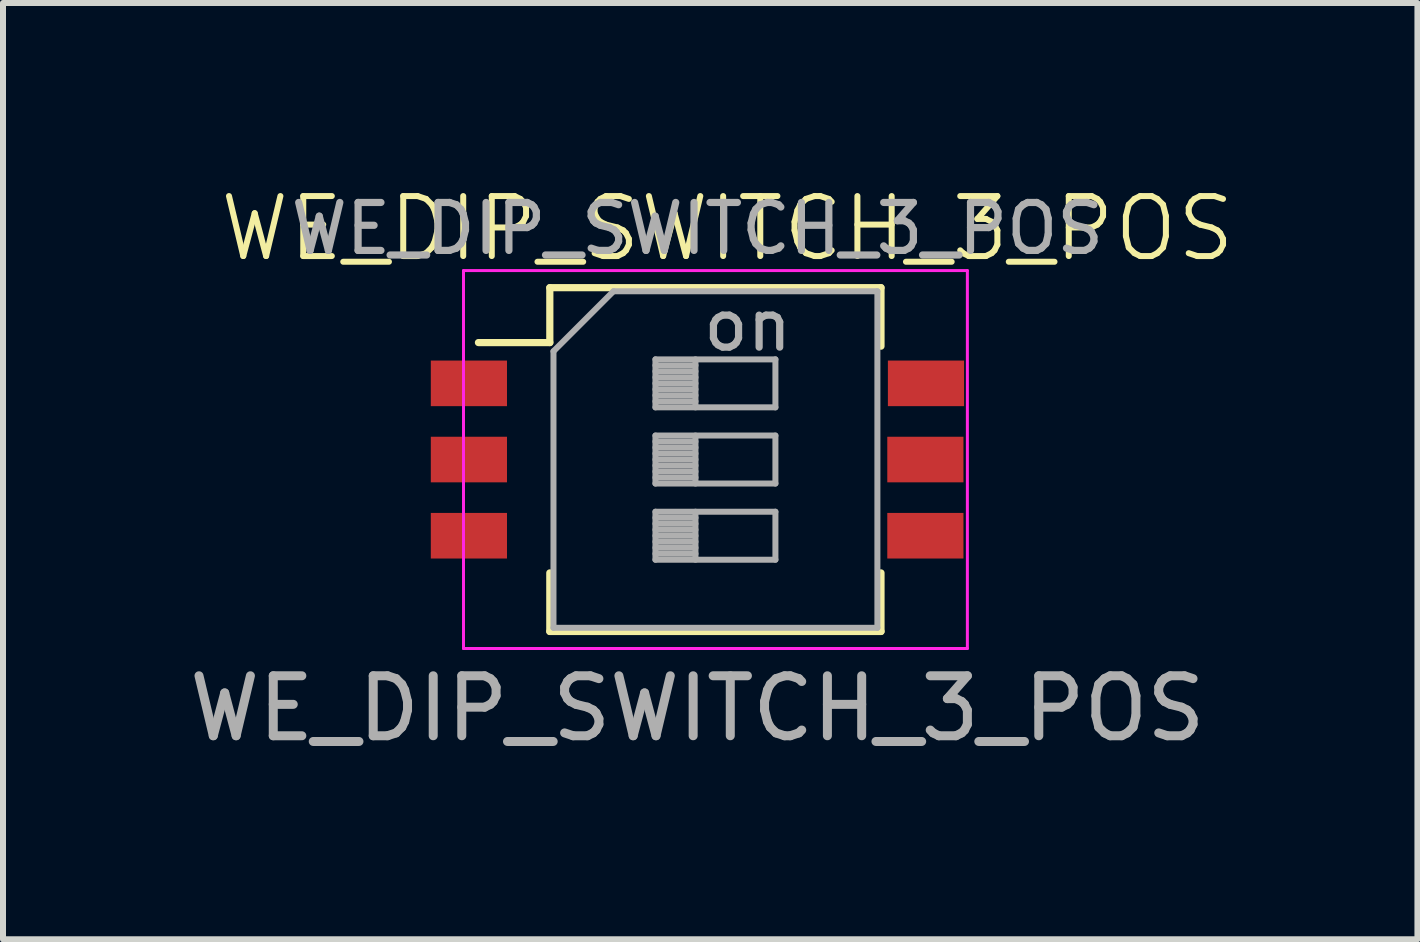
<source format=kicad_pcb>
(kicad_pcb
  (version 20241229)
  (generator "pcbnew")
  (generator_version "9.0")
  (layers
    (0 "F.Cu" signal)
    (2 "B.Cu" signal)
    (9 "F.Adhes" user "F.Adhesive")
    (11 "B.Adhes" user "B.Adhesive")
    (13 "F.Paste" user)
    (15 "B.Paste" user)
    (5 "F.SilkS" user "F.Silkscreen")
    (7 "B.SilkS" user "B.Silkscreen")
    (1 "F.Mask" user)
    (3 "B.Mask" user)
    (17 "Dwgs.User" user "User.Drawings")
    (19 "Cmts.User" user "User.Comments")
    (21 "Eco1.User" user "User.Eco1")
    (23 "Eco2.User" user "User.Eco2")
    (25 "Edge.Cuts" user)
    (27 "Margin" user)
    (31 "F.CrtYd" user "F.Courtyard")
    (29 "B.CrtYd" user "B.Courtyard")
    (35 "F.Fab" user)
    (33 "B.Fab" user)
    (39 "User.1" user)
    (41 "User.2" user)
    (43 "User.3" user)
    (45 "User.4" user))
  (footprint "WE_DIP_SWITCH_3_POS"
    (layer "F.Cu")
    (at 8.577 4.761)
    (property "Reference" "WE_DIP_SWITCH_3_POS" (at 0.5 -4 0) (unlocked yes) (layer "F.SilkS") (effects (font (size 1 1) (thickness 0.1))))
    (attr smd)
    (fp_line (start -3.651 -2.1) (end -2.461 -2.1) (stroke (width 0.12) (type solid)) (layer "F.SilkS"))
    (fp_line (start -2.461 -3.015) (end -2.461 -2.1) (stroke (width 0.12) (type solid)) (layer "F.SilkS"))
    (fp_line (start -2.461 -3.015) (end 3.06 -3.015) (stroke (width 0.12) (type solid)) (layer "F.SilkS"))
    (fp_line (start -2.461 1.74) (end -2.461 2.716) (stroke (width 0.12) (type solid)) (layer "F.SilkS"))
    (fp_line (start -2.461 2.716) (end 3.06 2.716) (stroke (width 0.12) (type solid)) (layer "F.SilkS"))
    (fp_line (start 3.06 -3.015) (end 3.06 -2.04) (stroke (width 0.12) (type solid)) (layer "F.SilkS"))
    (fp_line (start 3.06 1.74) (end 3.06 2.716) (stroke (width 0.12) (type solid)) (layer "F.SilkS"))
    (fp_line (start -3.9 -3.3) (end -3.9 3) (stroke (width 0.05) (type solid)) (layer "F.CrtYd"))
    (fp_line (start -3.9 3) (end 4.5 3) (stroke (width 0.05) (type solid)) (layer "F.CrtYd"))
    (fp_line (start 4.5 -3.3) (end -3.9 -3.3) (stroke (width 0.05) (type solid)) (layer "F.CrtYd"))
    (fp_line (start 4.5 3) (end 4.5 -3.3) (stroke (width 0.05) (type solid)) (layer "F.CrtYd"))
    (fp_line (start -2.4 -1.955) (end -1.4 -2.955) (stroke (width 0.1) (type solid)) (layer "F.Fab"))
    (fp_line (start -2.4 2.655) (end -2.4 -1.955) (stroke (width 0.1) (type solid)) (layer "F.Fab"))
    (fp_line (start -1.4 -2.955) (end 3 -2.955) (stroke (width 0.1) (type solid)) (layer "F.Fab"))
    (fp_line (start -0.7 -1.82) (end -0.7 -1.02) (stroke (width 0.1) (type solid)) (layer "F.Fab"))
    (fp_line (start -0.7 -1.72) (end -0.033 -1.72) (stroke (width 0.1) (type solid)) (layer "F.Fab"))
    (fp_line (start -0.7 -1.62) (end -0.033 -1.62) (stroke (width 0.1) (type solid)) (layer "F.Fab"))
    (fp_line (start -0.7 -1.52) (end -0.033 -1.52) (stroke (width 0.1) (type solid)) (layer "F.Fab"))
    (fp_line (start -0.7 -1.42) (end -0.033 -1.42) (stroke (width 0.1) (type solid)) (layer "F.Fab"))
    (fp_line (start -0.7 -1.32) (end -0.033 -1.32) (stroke (width 0.1) (type solid)) (layer "F.Fab"))
    (fp_line (start -0.7 -1.22) (end -0.033 -1.22) (stroke (width 0.1) (type solid)) (layer "F.Fab"))
    (fp_line (start -0.7 -1.12) (end -0.033 -1.12) (stroke (width 0.1) (type solid)) (layer "F.Fab"))
    (fp_line (start -0.7 -1.02) (end 1.3 -1.02) (stroke (width 0.1) (type solid)) (layer "F.Fab"))
    (fp_line (start -0.7 -0.55) (end -0.7 0.25) (stroke (width 0.1) (type solid)) (layer "F.Fab"))
    (fp_line (start -0.7 -0.45) (end -0.033 -0.45) (stroke (width 0.1) (type solid)) (layer "F.Fab"))
    (fp_line (start -0.7 -0.35) (end -0.033 -0.35) (stroke (width 0.1) (type solid)) (layer "F.Fab"))
    (fp_line (start -0.7 -0.25) (end -0.033 -0.25) (stroke (width 0.1) (type solid)) (layer "F.Fab"))
    (fp_line (start -0.7 -0.15) (end -0.033 -0.15) (stroke (width 0.1) (type solid)) (layer "F.Fab"))
    (fp_line (start -0.7 -0.05) (end -0.033 -0.05) (stroke (width 0.1) (type solid)) (layer "F.Fab"))
    (fp_line (start -0.7 0.05) (end -0.033 0.05) (stroke (width 0.1) (type solid)) (layer "F.Fab"))
    (fp_line (start -0.7 0.15) (end -0.033 0.15) (stroke (width 0.1) (type solid)) (layer "F.Fab"))
    (fp_line (start -0.7 0.25) (end 1.3 0.25) (stroke (width 0.1) (type solid)) (layer "F.Fab"))
    (fp_line (start -0.7 0.72) (end -0.7 1.52) (stroke (width 0.1) (type solid)) (layer "F.Fab"))
    (fp_line (start -0.7 0.82) (end -0.033 0.82) (stroke (width 0.1) (type solid)) (layer "F.Fab"))
    (fp_line (start -0.7 0.92) (end -0.033 0.92) (stroke (width 0.1) (type solid)) (layer "F.Fab"))
    (fp_line (start -0.7 1.02) (end -0.033 1.02) (stroke (width 0.1) (type solid)) (layer "F.Fab"))
    (fp_line (start -0.7 1.12) (end -0.033 1.12) (stroke (width 0.1) (type solid)) (layer "F.Fab"))
    (fp_line (start -0.7 1.22) (end -0.033 1.22) (stroke (width 0.1) (type solid)) (layer "F.Fab"))
    (fp_line (start -0.7 1.32) (end -0.033 1.32) (stroke (width 0.1) (type solid)) (layer "F.Fab"))
    (fp_line (start -0.7 1.42) (end -0.033 1.42) (stroke (width 0.1) (type solid)) (layer "F.Fab"))
    (fp_line (start -0.7 1.52) (end 1.3 1.52) (stroke (width 0.1) (type solid)) (layer "F.Fab"))
    (fp_line (start -0.033 -1.82) (end -0.033 -1.02) (stroke (width 0.1) (type solid)) (layer "F.Fab"))
    (fp_line (start -0.033 -0.55) (end -0.033 0.25) (stroke (width 0.1) (type solid)) (layer "F.Fab"))
    (fp_line (start -0.033 0.72) (end -0.033 1.52) (stroke (width 0.1) (type solid)) (layer "F.Fab"))
    (fp_line (start 1.3 -1.82) (end -0.7 -1.82) (stroke (width 0.1) (type solid)) (layer "F.Fab"))
    (fp_line (start 1.3 -1.02) (end 1.3 -1.82) (stroke (width 0.1) (type solid)) (layer "F.Fab"))
    (fp_line (start 1.3 -0.55) (end -0.7 -0.55) (stroke (width 0.1) (type solid)) (layer "F.Fab"))
    (fp_line (start 1.3 0.25) (end 1.3 -0.55) (stroke (width 0.1) (type solid)) (layer "F.Fab"))
    (fp_line (start 1.3 0.72) (end -0.7 0.72) (stroke (width 0.1) (type solid)) (layer "F.Fab"))
    (fp_line (start 1.3 1.52) (end 1.3 0.72) (stroke (width 0.1) (type solid)) (layer "F.Fab"))
    (fp_line (start 3 -2.955) (end 3 2.655) (stroke (width 0.1) (type solid)) (layer "F.Fab"))
    (fp_line (start 3 2.655) (end -2.4 2.655) (stroke (width 0.1) (type solid)) (layer "F.Fab"))
    (fp_text user "${REFERENCE}" (at 0 4 0) (unlocked yes) (layer "F.Fab") (effects (font (size 1 1) (thickness 0.15))))
    (fp_text user "on" (at 0.838 -2.388 0) (layer "F.Fab") (effects (font (size 0.8 0.8) (thickness 0.12))))
    (fp_text user "${REFERENCE}" (at 0 -4 180) (layer "F.Fab") (effects (font (size 0.8 0.8) (thickness 0.12))))
    (pad "1" smd rect (at -3.81 -1.42) (size 1.27 0.76) (layers "F.Cu" "F.Mask" "F.Paste"))
    (pad "2" smd rect (at -3.81 -0.15) (size 1.27 0.76) (layers "F.Cu" "F.Mask" "F.Paste"))
    (pad "3" smd rect (at -3.81 1.12) (size 1.27 0.76) (layers "F.Cu" "F.Mask" "F.Paste"))
    (pad "4" smd rect (at 3.8 1.12) (size 1.27 0.76) (layers "F.Cu" "F.Mask" "F.Paste"))
    (pad "5" smd rect (at 3.8 -0.15) (size 1.27 0.76) (layers "F.Cu" "F.Mask" "F.Paste"))
    (pad "6" smd rect (at 3.81 -1.42) (size 1.27 0.76) (layers "F.Cu" "F.Mask" "F.Paste")))
  (gr_rect
    (start -3 -3)
    (end 20.58 12.609)
    (stroke (width 0.1) (type default))
    (fill no)
    (layer "Edge.Cuts")))
</source>
